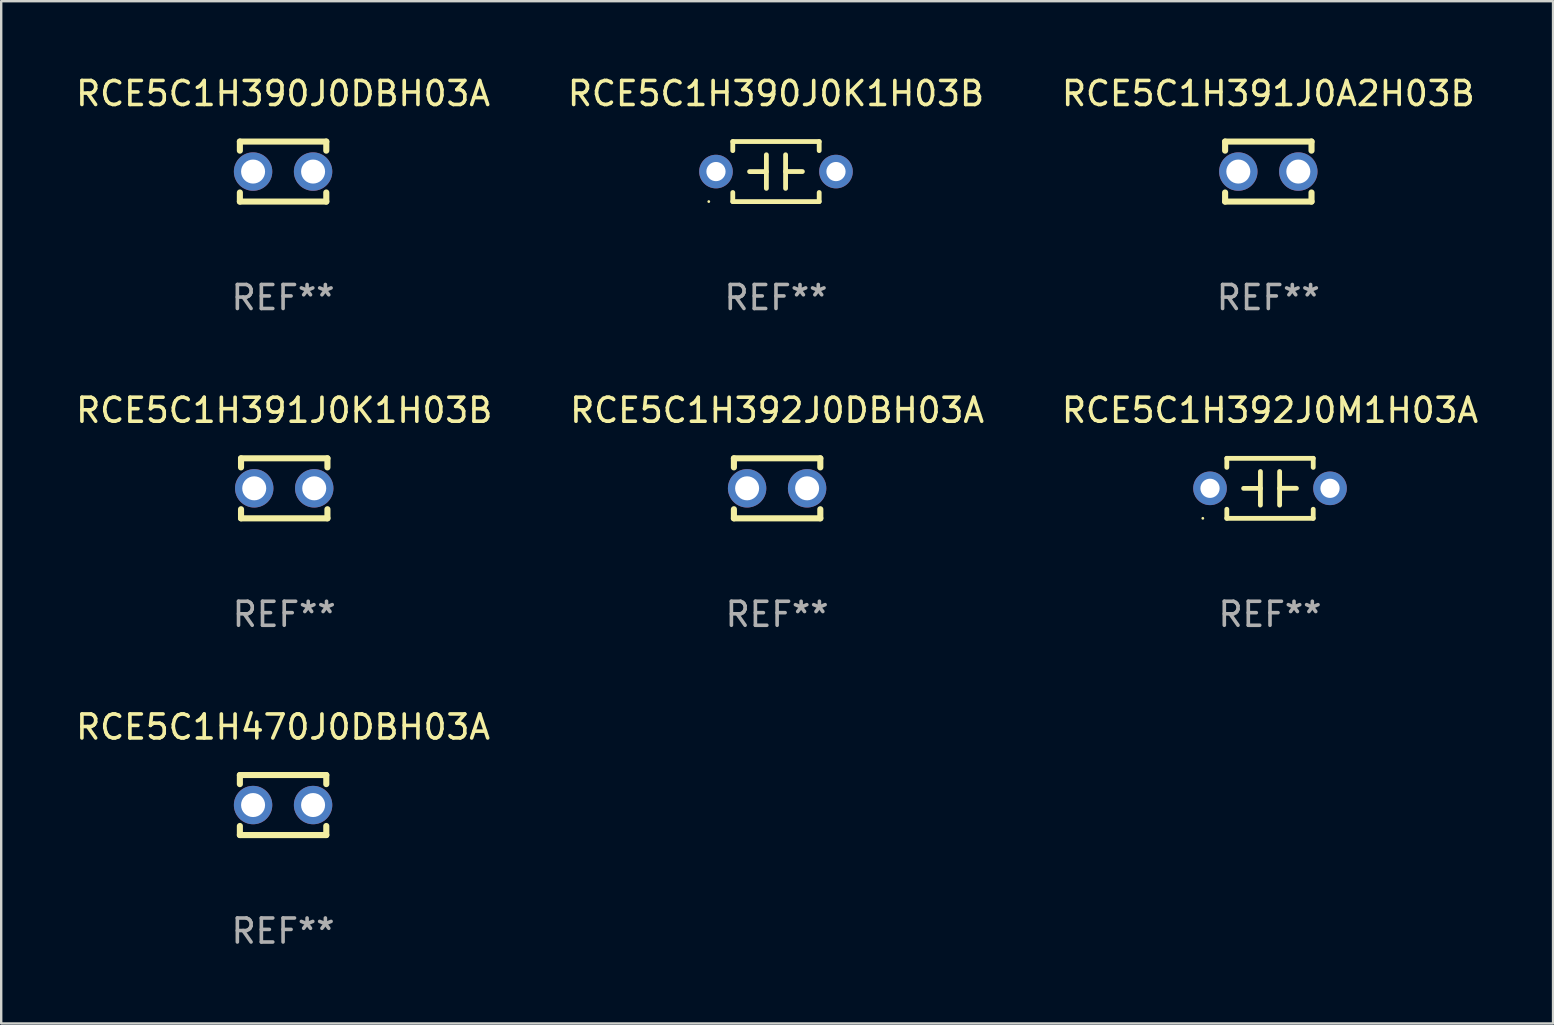
<source format=kicad_pcb>
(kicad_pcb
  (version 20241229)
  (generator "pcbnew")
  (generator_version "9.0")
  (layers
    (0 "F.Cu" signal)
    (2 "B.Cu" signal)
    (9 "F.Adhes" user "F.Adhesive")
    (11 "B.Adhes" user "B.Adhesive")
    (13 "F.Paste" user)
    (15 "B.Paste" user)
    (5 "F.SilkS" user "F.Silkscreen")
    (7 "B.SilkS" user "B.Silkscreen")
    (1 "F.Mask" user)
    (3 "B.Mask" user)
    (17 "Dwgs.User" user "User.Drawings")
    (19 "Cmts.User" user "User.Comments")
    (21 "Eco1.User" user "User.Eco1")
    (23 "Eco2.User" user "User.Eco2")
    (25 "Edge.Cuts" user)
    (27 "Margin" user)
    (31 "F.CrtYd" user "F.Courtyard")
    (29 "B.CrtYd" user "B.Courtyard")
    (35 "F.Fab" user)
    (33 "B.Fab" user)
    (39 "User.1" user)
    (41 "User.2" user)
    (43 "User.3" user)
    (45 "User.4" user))
  (footprint "RCE5C1H470J0DBH03A"
    (layer "F.Cu")
    (at 8.744 30.491)
    (property "Reference" "RCE5C1H470J0DBH03A" (at 0 -3.25 0) (layer "F.SilkS") (effects (font (size 1 1) (thickness 0.15))))
    (attr through_hole)
    (fp_line (start -1.8 -1.25) (end -1.8 -0.872) (stroke (width 0.254) (type solid)) (layer "F.SilkS"))
    (fp_line (start -1.8 -1.25) (end 1.8 -1.25) (stroke (width 0.254) (type solid)) (layer "F.SilkS"))
    (fp_line (start -1.8 0.872) (end -1.8 1.25) (stroke (width 0.254) (type solid)) (layer "F.SilkS"))
    (fp_line (start -1.8 1.25) (end 1.8 1.25) (stroke (width 0.254) (type solid)) (layer "F.SilkS"))
    (fp_line (start 1.8 -1.25) (end 1.8 -0.872) (stroke (width 0.254) (type solid)) (layer "F.SilkS"))
    (fp_line (start 1.8 0.872) (end 1.8 1.25) (stroke (width 0.254) (type solid)) (layer "F.SilkS"))
    (fp_circle (center -1.8 1.25) (end -1.77 1.25) (stroke (width 0.06) (type solid)) (fill no) (layer "F.SilkS"))
    (fp_text user "REF**" (at 0 5.25 0) (layer "F.Fab") (effects (font (size 1 1) (thickness 0.15))))
    (pad "1" thru_hole circle (at -1.25 0) (size 1.6 1.6) (drill 1) (layers "*.Cu" "*.Mask"))
    (pad "2" thru_hole circle (at 1.25 0) (size 1.6 1.6) (drill 1) (layers "*.Cu" "*.Mask")))
  (footprint "RCE5C1H392J0DBH03A"
    (layer "F.Cu")
    (at 29.327 17.295)
    (property "Reference" "RCE5C1H392J0DBH03A" (at 0 -3.25 0) (layer "F.SilkS") (effects (font (size 1 1) (thickness 0.15))))
    (attr through_hole)
    (fp_line (start -1.8 -1.25) (end -1.8 -0.872) (stroke (width 0.254) (type solid)) (layer "F.SilkS"))
    (fp_line (start -1.8 -1.25) (end 1.8 -1.25) (stroke (width 0.254) (type solid)) (layer "F.SilkS"))
    (fp_line (start -1.8 0.872) (end -1.8 1.25) (stroke (width 0.254) (type solid)) (layer "F.SilkS"))
    (fp_line (start -1.8 1.25) (end 1.8 1.25) (stroke (width 0.254) (type solid)) (layer "F.SilkS"))
    (fp_line (start 1.8 -1.25) (end 1.8 -0.872) (stroke (width 0.254) (type solid)) (layer "F.SilkS"))
    (fp_line (start 1.8 0.872) (end 1.8 1.25) (stroke (width 0.254) (type solid)) (layer "F.SilkS"))
    (fp_circle (center -1.8 1.25) (end -1.77 1.25) (stroke (width 0.06) (type solid)) (fill no) (layer "F.SilkS"))
    (fp_text user "REF**" (at 0 5.25 0) (layer "F.Fab") (effects (font (size 1 1) (thickness 0.15))))
    (pad "1" thru_hole circle (at -1.25 0) (size 1.6 1.6) (drill 1) (layers "*.Cu" "*.Mask"))
    (pad "2" thru_hole circle (at 1.25 0) (size 1.6 1.6) (drill 1) (layers "*.Cu" "*.Mask")))
  (footprint "RCE5C1H390J0DBH03A"
    (layer "F.Cu")
    (at 8.744 4.098)
    (property "Reference" "RCE5C1H390J0DBH03A" (at 0 -3.25 0) (layer "F.SilkS") (effects (font (size 1 1) (thickness 0.15))))
    (attr through_hole)
    (fp_line (start -1.8 -1.25) (end -1.8 -0.872) (stroke (width 0.254) (type solid)) (layer "F.SilkS"))
    (fp_line (start -1.8 -1.25) (end 1.8 -1.25) (stroke (width 0.254) (type solid)) (layer "F.SilkS"))
    (fp_line (start -1.8 0.872) (end -1.8 1.25) (stroke (width 0.254) (type solid)) (layer "F.SilkS"))
    (fp_line (start -1.8 1.25) (end 1.8 1.25) (stroke (width 0.254) (type solid)) (layer "F.SilkS"))
    (fp_line (start 1.8 -1.25) (end 1.8 -0.872) (stroke (width 0.254) (type solid)) (layer "F.SilkS"))
    (fp_line (start 1.8 0.872) (end 1.8 1.25) (stroke (width 0.254) (type solid)) (layer "F.SilkS"))
    (fp_circle (center -1.8 1.25) (end -1.77 1.25) (stroke (width 0.06) (type solid)) (fill no) (layer "F.SilkS"))
    (fp_text user "REF**" (at 0 5.25 0) (layer "F.Fab") (effects (font (size 1 1) (thickness 0.15))))
    (pad "1" thru_hole circle (at -1.25 0) (size 1.6 1.6) (drill 1) (layers "*.Cu" "*.Mask"))
    (pad "2" thru_hole circle (at 1.25 0) (size 1.6 1.6) (drill 1) (layers "*.Cu" "*.Mask")))
  (footprint "RCE5C1H391J0A2H03B"
    (layer "F.Cu")
    (at 49.792 4.098)
    (property "Reference" "RCE5C1H391J0A2H03B" (at 0 -3.25 0) (layer "F.SilkS") (effects (font (size 1 1) (thickness 0.15))))
    (attr through_hole)
    (fp_line (start -1.8 -1.25) (end -1.8 -0.872) (stroke (width 0.254) (type solid)) (layer "F.SilkS"))
    (fp_line (start -1.8 -1.25) (end 1.8 -1.25) (stroke (width 0.254) (type solid)) (layer "F.SilkS"))
    (fp_line (start -1.8 0.872) (end -1.8 1.25) (stroke (width 0.254) (type solid)) (layer "F.SilkS"))
    (fp_line (start -1.8 1.25) (end 1.8 1.25) (stroke (width 0.254) (type solid)) (layer "F.SilkS"))
    (fp_line (start 1.8 -1.25) (end 1.8 -0.872) (stroke (width 0.254) (type solid)) (layer "F.SilkS"))
    (fp_line (start 1.8 0.872) (end 1.8 1.25) (stroke (width 0.254) (type solid)) (layer "F.SilkS"))
    (fp_circle (center -1.8 1.25) (end -1.77 1.25) (stroke (width 0.06) (type solid)) (fill no) (layer "F.SilkS"))
    (fp_text user "REF**" (at 0 5.25 0) (layer "F.Fab") (effects (font (size 1 1) (thickness 0.15))))
    (pad "1" thru_hole circle (at -1.25 0) (size 1.6 1.6) (drill 1) (layers "*.Cu" "*.Mask"))
    (pad "2" thru_hole circle (at 1.25 0) (size 1.6 1.6) (drill 1) (layers "*.Cu" "*.Mask")))
  (footprint "RCE5C1H392J0M1H03A"
    (layer "F.Cu")
    (at 49.863 17.295)
    (property "Reference" "RCE5C1H392J0M1H03A" (at 0 -3.25 0) (layer "F.SilkS") (effects (font (size 1 1) (thickness 0.15))))
    (attr through_hole)
    (fp_line (start -1.8 -1.25) (end -1.8 -0.872) (stroke (width 0.2) (type solid)) (layer "F.SilkS"))
    (fp_line (start -1.8 -1.25) (end 1.8 -1.25) (stroke (width 0.2) (type solid)) (layer "F.SilkS"))
    (fp_line (start -1.8 0.872) (end -1.8 1.25) (stroke (width 0.2) (type solid)) (layer "F.SilkS"))
    (fp_line (start -1.8 1.25) (end 1.8 1.25) (stroke (width 0.2) (type solid)) (layer "F.SilkS"))
    (fp_line (start -0.4 -0.7) (end -0.4 0.7) (stroke (width 0.2) (type solid)) (layer "F.SilkS"))
    (fp_line (start -0.4 0.002) (end -1.1 0.002) (stroke (width 0.2) (type solid)) (layer "F.SilkS"))
    (fp_line (start 0.4 -0.001) (end 1.1 -0.001) (stroke (width 0.2) (type solid)) (layer "F.SilkS"))
    (fp_line (start 0.4 0.7) (end 0.4 -0.7) (stroke (width 0.2) (type solid)) (layer "F.SilkS"))
    (fp_line (start 1.8 -1.25) (end 1.8 -0.872) (stroke (width 0.2) (type solid)) (layer "F.SilkS"))
    (fp_line (start 1.8 0.872) (end 1.8 1.25) (stroke (width 0.2) (type solid)) (layer "F.SilkS"))
    (fp_circle (center -2.8 1.25) (end -2.77 1.25) (stroke (width 0.06) (type solid)) (fill no) (layer "F.SilkS"))
    (fp_text user "REF**" (at 0 5.25 0) (layer "F.Fab") (effects (font (size 1 1) (thickness 0.15))))
    (pad "1" thru_hole circle (at -2.5 0) (size 1.4 1.4) (drill 0.8) (layers "*.Cu" "*.Mask"))
    (pad "2" thru_hole circle (at 2.5 0) (size 1.4 1.4) (drill 0.8) (layers "*.Cu" "*.Mask")))
  (footprint "RCE5C1H390J0K1H03B"
    (layer "F.Cu")
    (at 29.28 4.098)
    (property "Reference" "RCE5C1H390J0K1H03B" (at 0 -3.25 0) (layer "F.SilkS") (effects (font (size 1 1) (thickness 0.15))))
    (attr through_hole)
    (fp_line (start -1.8 -1.25) (end -1.8 -0.872) (stroke (width 0.2) (type solid)) (layer "F.SilkS"))
    (fp_line (start -1.8 -1.25) (end 1.8 -1.25) (stroke (width 0.2) (type solid)) (layer "F.SilkS"))
    (fp_line (start -1.8 0.872) (end -1.8 1.25) (stroke (width 0.2) (type solid)) (layer "F.SilkS"))
    (fp_line (start -1.8 1.25) (end 1.8 1.25) (stroke (width 0.2) (type solid)) (layer "F.SilkS"))
    (fp_line (start -0.4 -0.7) (end -0.4 0.7) (stroke (width 0.2) (type solid)) (layer "F.SilkS"))
    (fp_line (start -0.4 0.002) (end -1.1 0.002) (stroke (width 0.2) (type solid)) (layer "F.SilkS"))
    (fp_line (start 0.4 -0.001) (end 1.1 -0.001) (stroke (width 0.2) (type solid)) (layer "F.SilkS"))
    (fp_line (start 0.4 0.7) (end 0.4 -0.7) (stroke (width 0.2) (type solid)) (layer "F.SilkS"))
    (fp_line (start 1.8 -1.25) (end 1.8 -0.872) (stroke (width 0.2) (type solid)) (layer "F.SilkS"))
    (fp_line (start 1.8 0.872) (end 1.8 1.25) (stroke (width 0.2) (type solid)) (layer "F.SilkS"))
    (fp_circle (center -2.8 1.25) (end -2.77 1.25) (stroke (width 0.06) (type solid)) (fill no) (layer "F.SilkS"))
    (fp_text user "REF**" (at 0 5.25 0) (layer "F.Fab") (effects (font (size 1 1) (thickness 0.15))))
    (pad "1" thru_hole circle (at -2.5 0) (size 1.4 1.4) (drill 0.8) (layers "*.Cu" "*.Mask"))
    (pad "2" thru_hole circle (at 2.5 0) (size 1.4 1.4) (drill 0.8) (layers "*.Cu" "*.Mask")))
  (footprint "RCE5C1H391J0K1H03B"
    (layer "F.Cu")
    (at 8.792 17.295)
    (property "Reference" "RCE5C1H391J0K1H03B" (at 0 -3.25 0) (layer "F.SilkS") (effects (font (size 1 1) (thickness 0.15))))
    (attr through_hole)
    (fp_line (start -1.8 -1.25) (end -1.8 -0.872) (stroke (width 0.254) (type solid)) (layer "F.SilkS"))
    (fp_line (start -1.8 -1.25) (end 1.8 -1.25) (stroke (width 0.254) (type solid)) (layer "F.SilkS"))
    (fp_line (start -1.8 0.872) (end -1.8 1.25) (stroke (width 0.254) (type solid)) (layer "F.SilkS"))
    (fp_line (start -1.8 1.25) (end 1.8 1.25) (stroke (width 0.254) (type solid)) (layer "F.SilkS"))
    (fp_line (start 1.8 -1.25) (end 1.8 -0.872) (stroke (width 0.254) (type solid)) (layer "F.SilkS"))
    (fp_line (start 1.8 0.872) (end 1.8 1.25) (stroke (width 0.254) (type solid)) (layer "F.SilkS"))
    (fp_circle (center -1.8 1.25) (end -1.77 1.25) (stroke (width 0.06) (type solid)) (fill no) (layer "F.SilkS"))
    (fp_text user "REF**" (at 0 5.25 0) (layer "F.Fab") (effects (font (size 1 1) (thickness 0.15))))
    (pad "1" thru_hole circle (at -1.25 0) (size 1.6 1.6) (drill 1) (layers "*.Cu" "*.Mask"))
    (pad "2" thru_hole circle (at 1.25 0) (size 1.6 1.6) (drill 1) (layers "*.Cu" "*.Mask")))
  (gr_rect
    (start -3 -3)
    (end 61.655 39.59)
    (stroke (width 0.1) (type default))
    (fill no)
    (layer "Edge.Cuts")))
</source>
